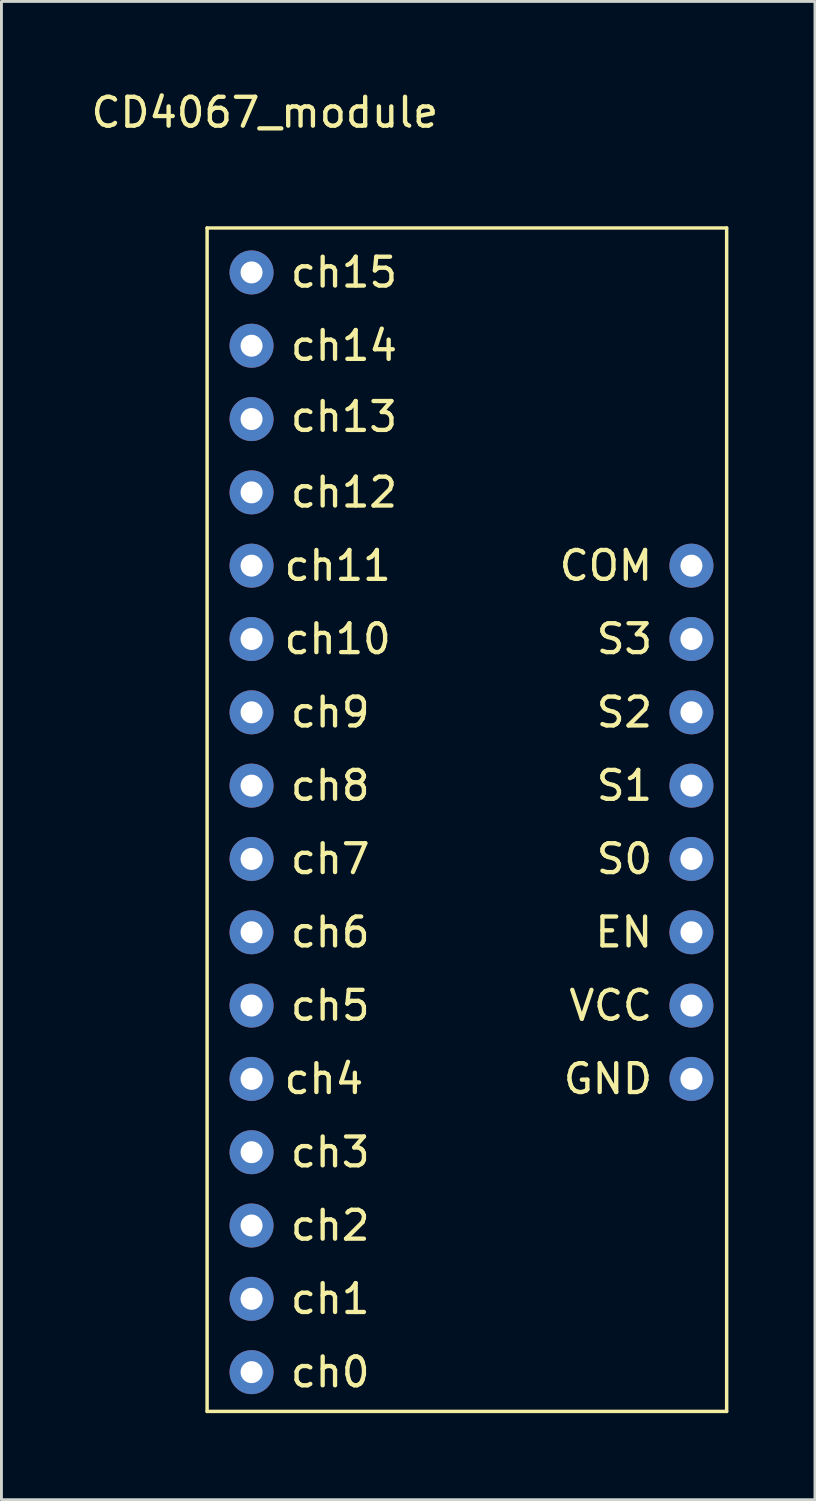
<source format=kicad_pcb>
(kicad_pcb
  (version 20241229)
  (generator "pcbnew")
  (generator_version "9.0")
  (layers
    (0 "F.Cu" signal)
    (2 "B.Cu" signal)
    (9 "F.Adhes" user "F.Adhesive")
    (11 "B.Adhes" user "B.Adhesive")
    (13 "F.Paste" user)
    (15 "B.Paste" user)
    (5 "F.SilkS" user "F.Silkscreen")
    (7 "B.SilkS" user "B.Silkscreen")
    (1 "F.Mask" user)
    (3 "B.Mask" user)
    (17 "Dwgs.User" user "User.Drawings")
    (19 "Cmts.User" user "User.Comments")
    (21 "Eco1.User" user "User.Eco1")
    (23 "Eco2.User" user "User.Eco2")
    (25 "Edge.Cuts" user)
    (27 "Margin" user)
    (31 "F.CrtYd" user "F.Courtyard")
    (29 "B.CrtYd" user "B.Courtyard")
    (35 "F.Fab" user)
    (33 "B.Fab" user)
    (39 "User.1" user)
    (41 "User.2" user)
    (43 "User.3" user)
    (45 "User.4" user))
  (footprint "CD4067_module"
    (layer "F.Cu")
    (at 3.125 3.848)
    (property "Reference" "CD4067_module" (at 3 -3 0) (layer "F.SilkS") (effects (font (size 1 1) (thickness 0.15))))
    (attr through_hole)
    (fp_line (start 1 1) (end 19 1) (stroke (width 0.12) (type solid)) (layer "F.SilkS"))
    (fp_line (start 1 42) (end 1 1) (stroke (width 0.12) (type solid)) (layer "F.SilkS"))
    (fp_line (start 19 1) (end 19 42) (stroke (width 0.12) (type solid)) (layer "F.SilkS"))
    (fp_line (start 19 42) (end 1 42) (stroke (width 0.12) (type solid)) (layer "F.SilkS"))
    (fp_text user "ch3" (at 3.81 33.02 0) (layer "F.SilkS") (effects (font (size 1 1) (thickness 0.15)) (justify left)))
    (fp_text user "S0" (at 16.51 22.86 0) (layer "F.SilkS") (effects (font (size 1 1) (thickness 0.15)) (justify right)))
    (fp_text user "ch1" (at 3.81 38.1 0) (layer "F.SilkS") (effects (font (size 1 1) (thickness 0.15)) (justify left)))
    (fp_text user "EN" (at 16.51 25.4 0) (layer "F.SilkS") (effects (font (size 1 1) (thickness 0.15)) (justify right)))
    (fp_text user "GND" (at 16.51 30.48 0) (layer "F.SilkS") (effects (font (size 1 1) (thickness 0.15)) (justify right)))
    (fp_text user "ch10" (at 3.592 15.24 0) (layer "F.SilkS") (effects (font (size 1 1) (thickness 0.15)) (justify left)))
    (fp_text user "ch13" (at 3.81 7.54 0) (layer "F.SilkS") (effects (font (size 1 1) (thickness 0.15)) (justify left)))
    (fp_text user "S1" (at 16.51 20.32 0) (layer "F.SilkS") (effects (font (size 1 1) (thickness 0.15)) (justify right)))
    (fp_text user "ch9" (at 3.81 17.78 0) (layer "F.SilkS") (effects (font (size 1 1) (thickness 0.15)) (justify left)))
    (fp_text user "ch2" (at 3.81 35.56 0) (layer "F.SilkS") (effects (font (size 1 1) (thickness 0.15)) (justify left)))
    (fp_text user "ch6" (at 3.81 25.4 0) (layer "F.SilkS") (effects (font (size 1 1) (thickness 0.15)) (justify left)))
    (fp_text user "ch12" (at 3.81 10.16 0) (layer "F.SilkS") (effects (font (size 1 1) (thickness 0.15)) (justify left)))
    (fp_text user "S2" (at 16.51 17.78 0) (layer "F.SilkS") (effects (font (size 1 1) (thickness 0.15)) (justify right)))
    (fp_text user "S3" (at 16.51 15.24 0) (layer "F.SilkS") (effects (font (size 1 1) (thickness 0.15)) (justify right)))
    (fp_text user "ch5" (at 3.81 27.94 0) (layer "F.SilkS") (effects (font (size 1 1) (thickness 0.15)) (justify left)))
    (fp_text user "ch4" (at 3.592 30.48 0) (layer "F.SilkS") (effects (font (size 1 1) (thickness 0.15)) (justify left)))
    (fp_text user "ch14" (at 3.81 5.08 0) (layer "F.SilkS") (effects (font (size 1 1) (thickness 0.15)) (justify left)))
    (fp_text user "VCC" (at 16.51 27.94 0) (layer "F.SilkS") (effects (font (size 1 1) (thickness 0.15)) (justify right)))
    (fp_text user "ch11" (at 3.592 12.7 0) (layer "F.SilkS") (effects (font (size 1 1) (thickness 0.15)) (justify left)))
    (fp_text user "ch7" (at 3.81 22.86 0) (layer "F.SilkS") (effects (font (size 1 1) (thickness 0.15)) (justify left)))
    (fp_text user "ch8" (at 3.81 20.32 0) (layer "F.SilkS") (effects (font (size 1 1) (thickness 0.15)) (justify left)))
    (fp_text user "COM" (at 16.51 12.7 0) (layer "F.SilkS") (effects (font (size 1 1) (thickness 0.15)) (justify right)))
    (fp_text user "ch15" (at 3.81 2.54 0) (layer "F.SilkS") (effects (font (size 1 1) (thickness 0.15)) (justify left)))
    (fp_text user "ch0" (at 3.81 40.64 0) (layer "F.SilkS") (effects (font (size 1 1) (thickness 0.15)) (justify left)))
    (pad "1" thru_hole circle (at 17.78 12.7) (size 1.524 1.524) (drill 0.762) (layers "*.Cu" "*.Mask"))
    (pad "2" thru_hole circle (at 2.54 22.86) (size 1.524 1.524) (drill 0.762) (layers "*.Cu" "*.Mask"))
    (pad "3" thru_hole circle (at 2.54 25.4) (size 1.524 1.524) (drill 0.762) (layers "*.Cu" "*.Mask"))
    (pad "4" thru_hole circle (at 2.54 27.94) (size 1.524 1.524) (drill 0.762) (layers "*.Cu" "*.Mask"))
    (pad "5" thru_hole circle (at 2.54 30.48) (size 1.524 1.524) (drill 0.762) (layers "*.Cu" "*.Mask"))
    (pad "6" thru_hole circle (at 2.54 33.02) (size 1.524 1.524) (drill 0.762) (layers "*.Cu" "*.Mask"))
    (pad "7" thru_hole circle (at 2.54 35.56) (size 1.524 1.524) (drill 0.762) (layers "*.Cu" "*.Mask"))
    (pad "8" thru_hole circle (at 2.54 38.1) (size 1.524 1.524) (drill 0.762) (layers "*.Cu" "*.Mask"))
    (pad "9" thru_hole circle (at 2.54 40.64) (size 1.524 1.524) (drill 0.762) (layers "*.Cu" "*.Mask"))
    (pad "10" thru_hole circle (at 17.78 22.86) (size 1.524 1.524) (drill 0.762) (layers "*.Cu" "*.Mask"))
    (pad "11" thru_hole circle (at 17.78 20.32) (size 1.524 1.524) (drill 0.762) (layers "*.Cu" "*.Mask"))
    (pad "12" thru_hole circle (at 17.78 30.48) (size 1.524 1.524) (drill 0.762) (layers "*.Cu" "*.Mask"))
    (pad "13" thru_hole circle (at 17.78 15.24) (size 1.524 1.524) (drill 0.762) (layers "*.Cu" "*.Mask"))
    (pad "14" thru_hole circle (at 17.78 17.78) (size 1.524 1.524) (drill 0.762) (layers "*.Cu" "*.Mask"))
    (pad "15" thru_hole circle (at 17.78 25.4) (size 1.524 1.524) (drill 0.762) (layers "*.Cu" "*.Mask"))
    (pad "16" thru_hole circle (at 2.54 2.54) (size 1.524 1.524) (drill 0.762) (layers "*.Cu" "*.Mask"))
    (pad "17" thru_hole circle (at 2.54 5.08) (size 1.524 1.524) (drill 0.762) (layers "*.Cu" "*.Mask"))
    (pad "18" thru_hole circle (at 2.54 7.62) (size 1.524 1.524) (drill 0.762) (layers "*.Cu" "*.Mask"))
    (pad "19" thru_hole circle (at 2.54 10.16) (size 1.524 1.524) (drill 0.762) (layers "*.Cu" "*.Mask"))
    (pad "20" thru_hole circle (at 2.54 12.7) (size 1.524 1.524) (drill 0.762) (layers "*.Cu" "*.Mask"))
    (pad "21" thru_hole circle (at 2.54 15.24) (size 1.524 1.524) (drill 0.762) (layers "*.Cu" "*.Mask"))
    (pad "22" thru_hole circle (at 2.54 17.78) (size 1.524 1.524) (drill 0.762) (layers "*.Cu" "*.Mask"))
    (pad "23" thru_hole circle (at 2.54 20.32) (size 1.524 1.524) (drill 0.762) (layers "*.Cu" "*.Mask"))
    (pad "24" thru_hole circle (at 17.78 27.94) (size 1.524 1.524) (drill 0.762) (layers "*.Cu" "*.Mask")))
  (gr_rect
    (start -3 -3)
    (end 25.185 48.908)
    (stroke (width 0.1) (type default))
    (fill no)
    (layer "Edge.Cuts")))
</source>
